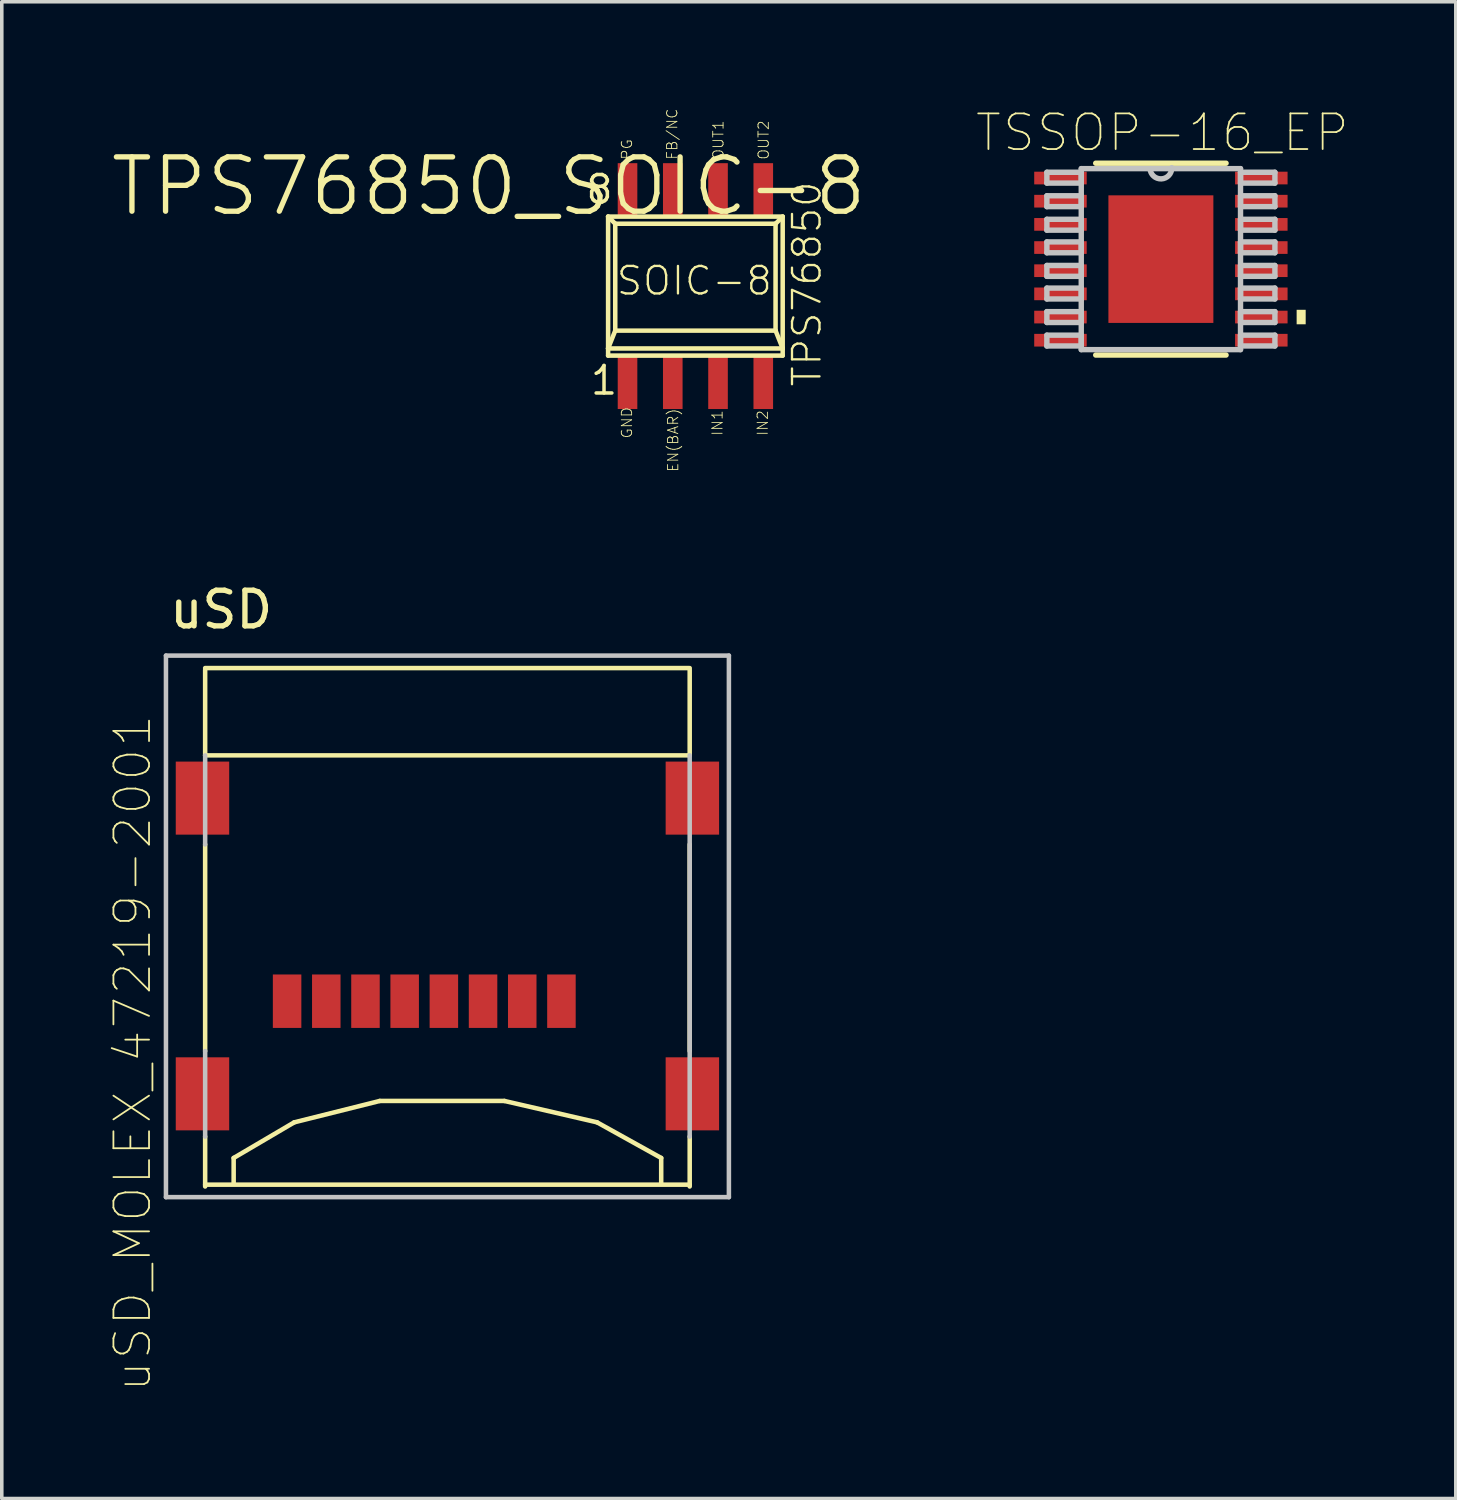
<source format=kicad_pcb>
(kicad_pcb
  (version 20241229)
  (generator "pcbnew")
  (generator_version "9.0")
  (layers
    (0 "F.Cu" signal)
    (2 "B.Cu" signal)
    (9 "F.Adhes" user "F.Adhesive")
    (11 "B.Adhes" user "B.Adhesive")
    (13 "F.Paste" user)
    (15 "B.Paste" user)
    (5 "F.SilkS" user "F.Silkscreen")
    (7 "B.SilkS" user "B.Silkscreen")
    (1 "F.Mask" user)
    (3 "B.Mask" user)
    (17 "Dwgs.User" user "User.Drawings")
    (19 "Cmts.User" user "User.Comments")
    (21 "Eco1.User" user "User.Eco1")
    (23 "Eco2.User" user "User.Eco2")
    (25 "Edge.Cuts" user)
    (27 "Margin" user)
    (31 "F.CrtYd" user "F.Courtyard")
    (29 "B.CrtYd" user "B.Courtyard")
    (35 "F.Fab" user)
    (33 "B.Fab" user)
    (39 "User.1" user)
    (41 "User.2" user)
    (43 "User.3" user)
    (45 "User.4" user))
  (footprint "TSSOP-16_EP"
    (layer "F.Cu")
    (at 29.533 4.223)
    (property "Reference" "TSSOP-16_EP" (at 0.04 -3.55 0) (layer "F.SilkS") (effects (font (size 1 1) (thickness 0.05))))
    (attr smd)
    (fp_line (start -1.829 2.692) (end 1.829 2.692) (stroke (width 0.152) (type solid)) (layer "F.SilkS"))
    (fp_line (start 1.829 -2.692) (end -1.829 -2.692) (stroke (width 0.152) (type solid)) (layer "F.SilkS"))
    (fp_poly (pts (xy 4.064 1.422) (xy 4.064 1.829) (xy 3.81 1.829) (xy 3.81 1.422)) (stroke (width 0) (type solid)) (fill yes) (layer "F.SilkS"))
    (fp_poly (pts (xy -1.372 -1.702) (xy -1.372 -0.102) (xy -0.102 -0.102) (xy -0.102 -1.702)) (stroke (width 0) (type solid)) (fill yes) (layer "F.Paste"))
    (fp_poly (pts (xy -1.372 0.102) (xy -1.372 1.702) (xy -0.102 1.702) (xy -0.102 0.102)) (stroke (width 0) (type solid)) (fill yes) (layer "F.Paste"))
    (fp_poly (pts (xy 0.102 -1.702) (xy 0.102 -0.102) (xy 1.372 -0.102) (xy 1.372 -1.702)) (stroke (width 0) (type solid)) (fill yes) (layer "F.Paste"))
    (fp_poly (pts (xy 0.102 0.102) (xy 0.102 1.702) (xy 1.372 1.702) (xy 1.372 0.102)) (stroke (width 0) (type solid)) (fill yes) (layer "F.Paste"))
    (fp_line (start -3.2 -2.438) (end -3.2 -2.134) (stroke (width 0.152) (type solid)) (layer "Dwgs.User"))
    (fp_line (start -3.2 -2.134) (end -2.235 -2.134) (stroke (width 0.152) (type solid)) (layer "Dwgs.User"))
    (fp_line (start -3.2 -1.778) (end -3.2 -1.473) (stroke (width 0.152) (type solid)) (layer "Dwgs.User"))
    (fp_line (start -3.2 -1.473) (end -2.235 -1.473) (stroke (width 0.152) (type solid)) (layer "Dwgs.User"))
    (fp_line (start -3.2 -1.118) (end -3.2 -0.813) (stroke (width 0.152) (type solid)) (layer "Dwgs.User"))
    (fp_line (start -3.2 -0.813) (end -2.235 -0.813) (stroke (width 0.152) (type solid)) (layer "Dwgs.User"))
    (fp_line (start -3.2 -0.483) (end -3.2 -0.178) (stroke (width 0.152) (type solid)) (layer "Dwgs.User"))
    (fp_line (start -3.2 -0.178) (end -2.235 -0.178) (stroke (width 0.152) (type solid)) (layer "Dwgs.User"))
    (fp_line (start -3.2 0.178) (end -3.2 0.483) (stroke (width 0.152) (type solid)) (layer "Dwgs.User"))
    (fp_line (start -3.2 0.483) (end -2.235 0.483) (stroke (width 0.152) (type solid)) (layer "Dwgs.User"))
    (fp_line (start -3.2 0.813) (end -3.2 1.118) (stroke (width 0.152) (type solid)) (layer "Dwgs.User"))
    (fp_line (start -3.2 1.118) (end -2.235 1.118) (stroke (width 0.152) (type solid)) (layer "Dwgs.User"))
    (fp_line (start -3.2 1.473) (end -3.2 1.778) (stroke (width 0.152) (type solid)) (layer "Dwgs.User"))
    (fp_line (start -3.2 1.778) (end -2.235 1.778) (stroke (width 0.152) (type solid)) (layer "Dwgs.User"))
    (fp_line (start -3.2 2.134) (end -3.2 2.438) (stroke (width 0.152) (type solid)) (layer "Dwgs.User"))
    (fp_line (start -3.2 2.438) (end -2.235 2.438) (stroke (width 0.152) (type solid)) (layer "Dwgs.User"))
    (fp_line (start -2.235 -2.54) (end -2.235 2.54) (stroke (width 0.152) (type solid)) (layer "Dwgs.User"))
    (fp_line (start -2.235 -2.438) (end -3.2 -2.438) (stroke (width 0.152) (type solid)) (layer "Dwgs.User"))
    (fp_line (start -2.235 -2.134) (end -2.235 -2.438) (stroke (width 0.152) (type solid)) (layer "Dwgs.User"))
    (fp_line (start -2.235 -1.778) (end -3.2 -1.778) (stroke (width 0.152) (type solid)) (layer "Dwgs.User"))
    (fp_line (start -2.235 -1.473) (end -2.235 -1.778) (stroke (width 0.152) (type solid)) (layer "Dwgs.User"))
    (fp_line (start -2.235 -1.118) (end -3.2 -1.118) (stroke (width 0.152) (type solid)) (layer "Dwgs.User"))
    (fp_line (start -2.235 -0.813) (end -2.235 -1.118) (stroke (width 0.152) (type solid)) (layer "Dwgs.User"))
    (fp_line (start -2.235 -0.483) (end -3.2 -0.483) (stroke (width 0.152) (type solid)) (layer "Dwgs.User"))
    (fp_line (start -2.235 -0.178) (end -2.235 -0.483) (stroke (width 0.152) (type solid)) (layer "Dwgs.User"))
    (fp_line (start -2.235 0.178) (end -3.2 0.178) (stroke (width 0.152) (type solid)) (layer "Dwgs.User"))
    (fp_line (start -2.235 0.483) (end -2.235 0.178) (stroke (width 0.152) (type solid)) (layer "Dwgs.User"))
    (fp_line (start -2.235 0.813) (end -3.2 0.813) (stroke (width 0.152) (type solid)) (layer "Dwgs.User"))
    (fp_line (start -2.235 1.118) (end -2.235 0.813) (stroke (width 0.152) (type solid)) (layer "Dwgs.User"))
    (fp_line (start -2.235 1.473) (end -3.2 1.473) (stroke (width 0.152) (type solid)) (layer "Dwgs.User"))
    (fp_line (start -2.235 1.778) (end -2.235 1.473) (stroke (width 0.152) (type solid)) (layer "Dwgs.User"))
    (fp_line (start -2.235 2.134) (end -3.2 2.134) (stroke (width 0.152) (type solid)) (layer "Dwgs.User"))
    (fp_line (start -2.235 2.438) (end -2.235 2.134) (stroke (width 0.152) (type solid)) (layer "Dwgs.User"))
    (fp_line (start -2.235 2.54) (end 2.235 2.54) (stroke (width 0.152) (type solid)) (layer "Dwgs.User"))
    (fp_line (start -0.305 -2.54) (end -2.235 -2.54) (stroke (width 0.152) (type solid)) (layer "Dwgs.User"))
    (fp_line (start 2.235 -2.54) (end -0.305 -2.54) (stroke (width 0.152) (type solid)) (layer "Dwgs.User"))
    (fp_line (start 2.235 -2.438) (end 2.235 -2.134) (stroke (width 0.152) (type solid)) (layer "Dwgs.User"))
    (fp_line (start 2.235 -2.134) (end 3.2 -2.134) (stroke (width 0.152) (type solid)) (layer "Dwgs.User"))
    (fp_line (start 2.235 -1.778) (end 2.235 -1.473) (stroke (width 0.152) (type solid)) (layer "Dwgs.User"))
    (fp_line (start 2.235 -1.473) (end 3.2 -1.473) (stroke (width 0.152) (type solid)) (layer "Dwgs.User"))
    (fp_line (start 2.235 -1.118) (end 2.235 -0.813) (stroke (width 0.152) (type solid)) (layer "Dwgs.User"))
    (fp_line (start 2.235 -0.813) (end 3.2 -0.813) (stroke (width 0.152) (type solid)) (layer "Dwgs.User"))
    (fp_line (start 2.235 -0.483) (end 2.235 -0.178) (stroke (width 0.152) (type solid)) (layer "Dwgs.User"))
    (fp_line (start 2.235 -0.178) (end 3.2 -0.178) (stroke (width 0.152) (type solid)) (layer "Dwgs.User"))
    (fp_line (start 2.235 0.178) (end 2.235 0.483) (stroke (width 0.152) (type solid)) (layer "Dwgs.User"))
    (fp_line (start 2.235 0.483) (end 3.2 0.483) (stroke (width 0.152) (type solid)) (layer "Dwgs.User"))
    (fp_line (start 2.235 0.813) (end 2.235 1.118) (stroke (width 0.152) (type solid)) (layer "Dwgs.User"))
    (fp_line (start 2.235 1.118) (end 3.2 1.118) (stroke (width 0.152) (type solid)) (layer "Dwgs.User"))
    (fp_line (start 2.235 1.473) (end 2.235 1.778) (stroke (width 0.152) (type solid)) (layer "Dwgs.User"))
    (fp_line (start 2.235 1.778) (end 3.2 1.778) (stroke (width 0.152) (type solid)) (layer "Dwgs.User"))
    (fp_line (start 2.235 2.134) (end 2.235 2.438) (stroke (width 0.152) (type solid)) (layer "Dwgs.User"))
    (fp_line (start 2.235 2.438) (end 3.2 2.438) (stroke (width 0.152) (type solid)) (layer "Dwgs.User"))
    (fp_line (start 2.235 2.54) (end 2.235 -2.54) (stroke (width 0.152) (type solid)) (layer "Dwgs.User"))
    (fp_line (start 3.2 -2.438) (end 2.235 -2.438) (stroke (width 0.152) (type solid)) (layer "Dwgs.User"))
    (fp_line (start 3.2 -2.134) (end 3.2 -2.438) (stroke (width 0.152) (type solid)) (layer "Dwgs.User"))
    (fp_line (start 3.2 -1.778) (end 2.235 -1.778) (stroke (width 0.152) (type solid)) (layer "Dwgs.User"))
    (fp_line (start 3.2 -1.473) (end 3.2 -1.778) (stroke (width 0.152) (type solid)) (layer "Dwgs.User"))
    (fp_line (start 3.2 -1.118) (end 2.235 -1.118) (stroke (width 0.152) (type solid)) (layer "Dwgs.User"))
    (fp_line (start 3.2 -0.813) (end 3.2 -1.118) (stroke (width 0.152) (type solid)) (layer "Dwgs.User"))
    (fp_line (start 3.2 -0.483) (end 2.235 -0.483) (stroke (width 0.152) (type solid)) (layer "Dwgs.User"))
    (fp_line (start 3.2 -0.178) (end 3.2 -0.483) (stroke (width 0.152) (type solid)) (layer "Dwgs.User"))
    (fp_line (start 3.2 0.178) (end 2.235 0.178) (stroke (width 0.152) (type solid)) (layer "Dwgs.User"))
    (fp_line (start 3.2 0.483) (end 3.2 0.178) (stroke (width 0.152) (type solid)) (layer "Dwgs.User"))
    (fp_line (start 3.2 0.813) (end 2.235 0.813) (stroke (width 0.152) (type solid)) (layer "Dwgs.User"))
    (fp_line (start 3.2 1.118) (end 3.2 0.813) (stroke (width 0.152) (type solid)) (layer "Dwgs.User"))
    (fp_line (start 3.2 1.473) (end 2.235 1.473) (stroke (width 0.152) (type solid)) (layer "Dwgs.User"))
    (fp_line (start 3.2 1.778) (end 3.2 1.473) (stroke (width 0.152) (type solid)) (layer "Dwgs.User"))
    (fp_line (start 3.2 2.134) (end 2.235 2.134) (stroke (width 0.152) (type solid)) (layer "Dwgs.User"))
    (fp_line (start 3.2 2.438) (end 3.2 2.134) (stroke (width 0.152) (type solid)) (layer "Dwgs.User"))
    (fp_arc (start 0.3048 -2.5654) (mid 0.0127 -2.2479) (end -0.3048 -2.54) (stroke (width 0.1524) (type solid)) (layer "Dwgs.User"))
    (pad "1" smd rect (at -2.819 -2.276) (size 1.473 0.356) (layers "F.Cu" "F.Mask" "F.Paste"))
    (pad "2" smd rect (at -2.819 -1.626) (size 1.473 0.356) (layers "F.Cu" "F.Mask" "F.Paste"))
    (pad "3" smd rect (at -2.819 -0.975) (size 1.473 0.356) (layers "F.Cu" "F.Mask" "F.Paste"))
    (pad "4" smd rect (at -2.819 -0.325) (size 1.473 0.356) (layers "F.Cu" "F.Mask" "F.Paste"))
    (pad "5" smd rect (at -2.819 0.325) (size 1.473 0.356) (layers "F.Cu" "F.Mask" "F.Paste"))
    (pad "6" smd rect (at -2.819 0.975) (size 1.473 0.356) (layers "F.Cu" "F.Mask" "F.Paste"))
    (pad "7" smd rect (at -2.819 1.626) (size 1.473 0.356) (layers "F.Cu" "F.Mask" "F.Paste"))
    (pad "8" smd rect (at -2.819 2.276) (size 1.473 0.356) (layers "F.Cu" "F.Mask" "F.Paste"))
    (pad "9" smd rect (at 2.819 2.276) (size 1.473 0.356) (layers "F.Cu" "F.Mask" "F.Paste"))
    (pad "10" smd rect (at 2.819 1.626) (size 1.473 0.356) (layers "F.Cu" "F.Mask" "F.Paste"))
    (pad "11" smd rect (at 2.819 0.975) (size 1.473 0.356) (layers "F.Cu" "F.Mask" "F.Paste"))
    (pad "12" smd rect (at 2.819 0.325) (size 1.473 0.356) (layers "F.Cu" "F.Mask" "F.Paste"))
    (pad "13" smd rect (at 2.819 -0.325) (size 1.473 0.356) (layers "F.Cu" "F.Mask" "F.Paste"))
    (pad "14" smd rect (at 2.819 -0.975) (size 1.473 0.356) (layers "F.Cu" "F.Mask" "F.Paste"))
    (pad "15" smd rect (at 2.819 -1.626) (size 1.473 0.356) (layers "F.Cu" "F.Mask" "F.Paste"))
    (pad "16" smd rect (at 2.819 -2.276) (size 1.473 0.356) (layers "F.Cu" "F.Mask" "F.Paste"))
    (pad "EPAD" smd rect (at 0 0) (size 2.946 3.581) (layers "F.Cu" "F.Mask" "F.Paste")))
  (footprint "uSD_MOLEX_47219-2001"
    (layer "F.Cu")
    (at 9.508 22.951)
    (property "Reference" "uSD_MOLEX_47219-2001" (at -8.835 3.56 90) (layer "F.SilkS") (effects (font (size 1 1) (thickness 0.05))))
    (attr smd)
    (fp_line (start -6.8 -7.25) (end 6.8 -7.25) (stroke (width 0.127) (type solid)) (layer "F.SilkS"))
    (fp_line (start -6.8 -7.2) (end -6.8 -4.8) (stroke (width 0.127) (type solid)) (layer "F.SilkS"))
    (fp_line (start -6.8 -4.8) (end 6.8 -4.8) (stroke (width 0.127) (type solid)) (layer "F.SilkS"))
    (fp_line (start -6.8 3.5) (end -6.8 -2.3) (stroke (width 0.127) (type solid)) (layer "F.SilkS"))
    (fp_line (start -6.8 7.25) (end 6.8 7.25) (stroke (width 0.127) (type solid)) (layer "F.SilkS"))
    (fp_line (start -6.8 7.3) (end -6.8 5.9) (stroke (width 0.127) (type solid)) (layer "F.SilkS"))
    (fp_line (start -6 6.5) (end -4.3 5.5) (stroke (width 0.127) (type solid)) (layer "F.SilkS"))
    (fp_line (start -6 7.2) (end -6 6.5) (stroke (width 0.127) (type solid)) (layer "F.SilkS"))
    (fp_line (start -4.3 5.5) (end -1.9 4.9) (stroke (width 0.127) (type solid)) (layer "F.SilkS"))
    (fp_line (start -1.9 4.9) (end 1.6 4.9) (stroke (width 0.127) (type solid)) (layer "F.SilkS"))
    (fp_line (start 1.6 4.9) (end 4.2 5.5) (stroke (width 0.127) (type solid)) (layer "F.SilkS"))
    (fp_line (start 4.2 5.5) (end 6 6.5) (stroke (width 0.127) (type solid)) (layer "F.SilkS"))
    (fp_line (start 6 7.2) (end 6 6.5) (stroke (width 0.127) (type solid)) (layer "F.SilkS"))
    (fp_line (start 6.8 -7.2) (end 6.8 -4.8) (stroke (width 0.127) (type solid)) (layer "F.SilkS"))
    (fp_line (start 6.8 -2.3) (end 6.8 3.5) (stroke (width 0.127) (type solid)) (layer "F.SilkS"))
    (fp_line (start 6.8 5.9) (end 6.8 7.3) (stroke (width 0.127) (type solid)) (layer "F.SilkS"))
    (fp_line (start -7.9 -7.6) (end 7.9 -7.6) (stroke (width 0.127) (type solid)) (layer "Dwgs.User"))
    (fp_line (start -7.9 7.6) (end -7.9 -7.6) (stroke (width 0.127) (type solid)) (layer "Dwgs.User"))
    (fp_line (start -6.8 -2.3) (end -6.8 -4.8) (stroke (width 0.127) (type solid)) (layer "Dwgs.User"))
    (fp_line (start -6.8 5.9) (end -6.8 3.5) (stroke (width 0.127) (type solid)) (layer "Dwgs.User"))
    (fp_line (start 6.8 -4.8) (end 6.8 5.9) (stroke (width 0.127) (type solid)) (layer "Dwgs.User"))
    (fp_line (start 7.9 -7.6) (end 7.9 7.6) (stroke (width 0.127) (type solid)) (layer "Dwgs.User"))
    (fp_line (start 7.9 7.6) (end -7.9 7.6) (stroke (width 0.127) (type solid)) (layer "Dwgs.User"))
    (fp_text user "uSD" (at -6.35 -8.89 0) (layer "F.SilkS") (effects (font (size 1 1) (thickness 0.15))))
    (pad "1" smd rect (at 3.2 2.1) (size 0.8 1.5) (layers "F.Cu" "F.Mask" "F.Paste"))
    (pad "2" smd rect (at 2.1 2.1) (size 0.8 1.5) (layers "F.Cu" "F.Mask" "F.Paste"))
    (pad "3" smd rect (at 1 2.1) (size 0.8 1.5) (layers "F.Cu" "F.Mask" "F.Paste"))
    (pad "4" smd rect (at -0.1 2.1) (size 0.8 1.5) (layers "F.Cu" "F.Mask" "F.Paste"))
    (pad "5" smd rect (at -1.2 2.1) (size 0.8 1.5) (layers "F.Cu" "F.Mask" "F.Paste"))
    (pad "6" smd rect (at -2.3 2.1) (size 0.8 1.5) (layers "F.Cu" "F.Mask" "F.Paste"))
    (pad "7" smd rect (at -3.4 2.1) (size 0.8 1.5) (layers "F.Cu" "F.Mask" "F.Paste"))
    (pad "8" smd rect (at -4.5 2.1) (size 0.8 1.5) (layers "F.Cu" "F.Mask" "F.Paste"))
    (pad "G1" smd rect (at 6.875 4.7) (size 1.5 2.05) (layers "F.Cu" "F.Mask" "F.Paste"))
    (pad "G2" smd rect (at 6.875 -3.6) (size 1.5 2.05) (layers "F.Cu" "F.Mask" "F.Paste"))
    (pad "G3" smd rect (at -6.875 -3.6) (size 1.5 2.05) (layers "F.Cu" "F.Mask" "F.Paste"))
    (pad "G4" smd rect (at -6.875 4.7) (size 1.5 2.05) (layers "F.Cu" "F.Mask" "F.Paste")))
  (footprint "TPS76850_SOIC-8"
    (layer "F.Cu")
    (at 16.468 4.98)
    (property "Reference" "TPS76850_SOIC-8" (at -5.8 -2.8 0) (layer "F.SilkS") (effects (font (size 1.524 1.524) (thickness 0.15))))
    (attr through_hole)
    (fp_line (start -2.45 -1.95) (end -2.45 1.75) (stroke (width 0.127) (type solid)) (layer "F.SilkS"))
    (fp_line (start -2.45 -1.95) (end -2.25 -1.75) (stroke (width 0.127) (type solid)) (layer "F.SilkS"))
    (fp_line (start -2.45 1.75) (end -2.45 1.95) (stroke (width 0.127) (type solid)) (layer "F.SilkS"))
    (fp_line (start -2.45 1.75) (end -2.25 1.25) (stroke (width 0.127) (type solid)) (layer "F.SilkS"))
    (fp_line (start -2.45 1.95) (end 2.45 1.95) (stroke (width 0.127) (type solid)) (layer "F.SilkS"))
    (fp_line (start -2.25 -1.75) (end -2.25 1.25) (stroke (width 0.127) (type solid)) (layer "F.SilkS"))
    (fp_line (start -2.25 -1.75) (end 2.25 -1.75) (stroke (width 0.127) (type solid)) (layer "F.SilkS"))
    (fp_line (start -2.25 1.25) (end 2.25 1.25) (stroke (width 0.127) (type solid)) (layer "F.SilkS"))
    (fp_line (start 2.25 -1.75) (end 2.25 1.25) (stroke (width 0.127) (type solid)) (layer "F.SilkS"))
    (fp_line (start 2.25 1.25) (end 2.45 1.75) (stroke (width 0.127) (type solid)) (layer "F.SilkS"))
    (fp_line (start 2.45 -1.95) (end -2.45 -1.95) (stroke (width 0.127) (type solid)) (layer "F.SilkS"))
    (fp_line (start 2.45 -1.95) (end 2.25 -1.75) (stroke (width 0.127) (type solid)) (layer "F.SilkS"))
    (fp_line (start 2.45 1.75) (end -2.45 1.75) (stroke (width 0.127) (type solid)) (layer "F.SilkS"))
    (fp_line (start 2.45 1.75) (end 2.45 -1.95) (stroke (width 0.127) (type solid)) (layer "F.SilkS"))
    (fp_line (start 2.45 1.95) (end 2.45 1.75) (stroke (width 0.127) (type solid)) (layer "F.SilkS"))
    (fp_text user "SOIC-8" (at 2.2 -0.6 0) (layer "F.SilkS") (effects (font (size 0.772 0.772) (thickness 0.065)) (justify right top)))
    (fp_text user "PG" (at -1.753 -3.531 90) (layer "F.SilkS") (effects (font (size 0.29 0.29) (thickness 0.024)) (justify left bottom)))
    (fp_text user "GND" (at -1.753 4.293 90) (layer "F.SilkS") (effects (font (size 0.29 0.29) (thickness 0.024)) (justify left bottom)))
    (fp_text user "OUT2" (at 2.083 -3.531 90) (layer "F.SilkS") (effects (font (size 0.29 0.29) (thickness 0.024)) (justify left bottom)))
    (fp_text user "TPS76850" (at 3.581 2.87 90) (layer "F.SilkS") (effects (font (size 0.772 0.772) (thickness 0.065)) (justify left bottom)))
    (fp_text user "8" (at -3.124 -2.261 0) (layer "F.SilkS") (effects (font (size 0.772 0.772) (thickness 0.098)) (justify left bottom)))
    (fp_text user "FB/NC" (at -0.483 -3.531 90) (layer "F.SilkS") (effects (font (size 0.29 0.29) (thickness 0.024)) (justify left bottom)))
    (fp_text user "EN(BAR)" (at -0.457 5.232 90) (layer "F.SilkS") (effects (font (size 0.29 0.29) (thickness 0.024)) (justify left bottom)))
    (fp_text user "OUT1" (at 0.813 -3.531 90) (layer "F.SilkS") (effects (font (size 0.29 0.29) (thickness 0.024)) (justify left bottom)))
    (fp_text user "IN1" (at 0.787 4.216 90) (layer "F.SilkS") (effects (font (size 0.29 0.29) (thickness 0.024)) (justify left bottom)))
    (fp_text user "1" (at -2.997 3.099 0) (layer "F.SilkS") (effects (font (size 0.772 0.772) (thickness 0.098)) (justify left bottom)))
    (fp_text user "IN2" (at 2.057 4.216 90) (layer "F.SilkS") (effects (font (size 0.29 0.29) (thickness 0.024)) (justify left bottom)))
    (pad "1" smd rect (at -1.905 2.7 90) (size 1.5 0.55) (layers "F.Cu" "F.Mask" "F.Paste"))
    (pad "2" smd rect (at -0.635 2.7 90) (size 1.5 0.55) (layers "F.Cu" "F.Mask" "F.Paste"))
    (pad "3" smd rect (at 0.635 2.7 90) (size 1.5 0.55) (layers "F.Cu" "F.Mask" "F.Paste"))
    (pad "4" smd rect (at 1.905 2.7 90) (size 1.5 0.55) (layers "F.Cu" "F.Mask" "F.Paste"))
    (pad "5" smd rect (at 1.905 -2.7 90) (size 1.5 0.55) (layers "F.Cu" "F.Mask" "F.Paste"))
    (pad "6" smd rect (at 0.635 -2.7 90) (size 1.5 0.55) (layers "F.Cu" "F.Mask" "F.Paste"))
    (pad "7" smd rect (at -0.635 -2.7 90) (size 1.5 0.55) (layers "F.Cu" "F.Mask" "F.Paste"))
    (pad "8" smd rect (at -1.905 -2.7 90) (size 1.5 0.55) (layers "F.Cu" "F.Mask" "F.Paste")))
  (gr_rect
    (start -3 -3)
    (end 37.81 39.009)
    (stroke (width 0.1) (type default))
    (fill no)
    (layer "Edge.Cuts")))
</source>
